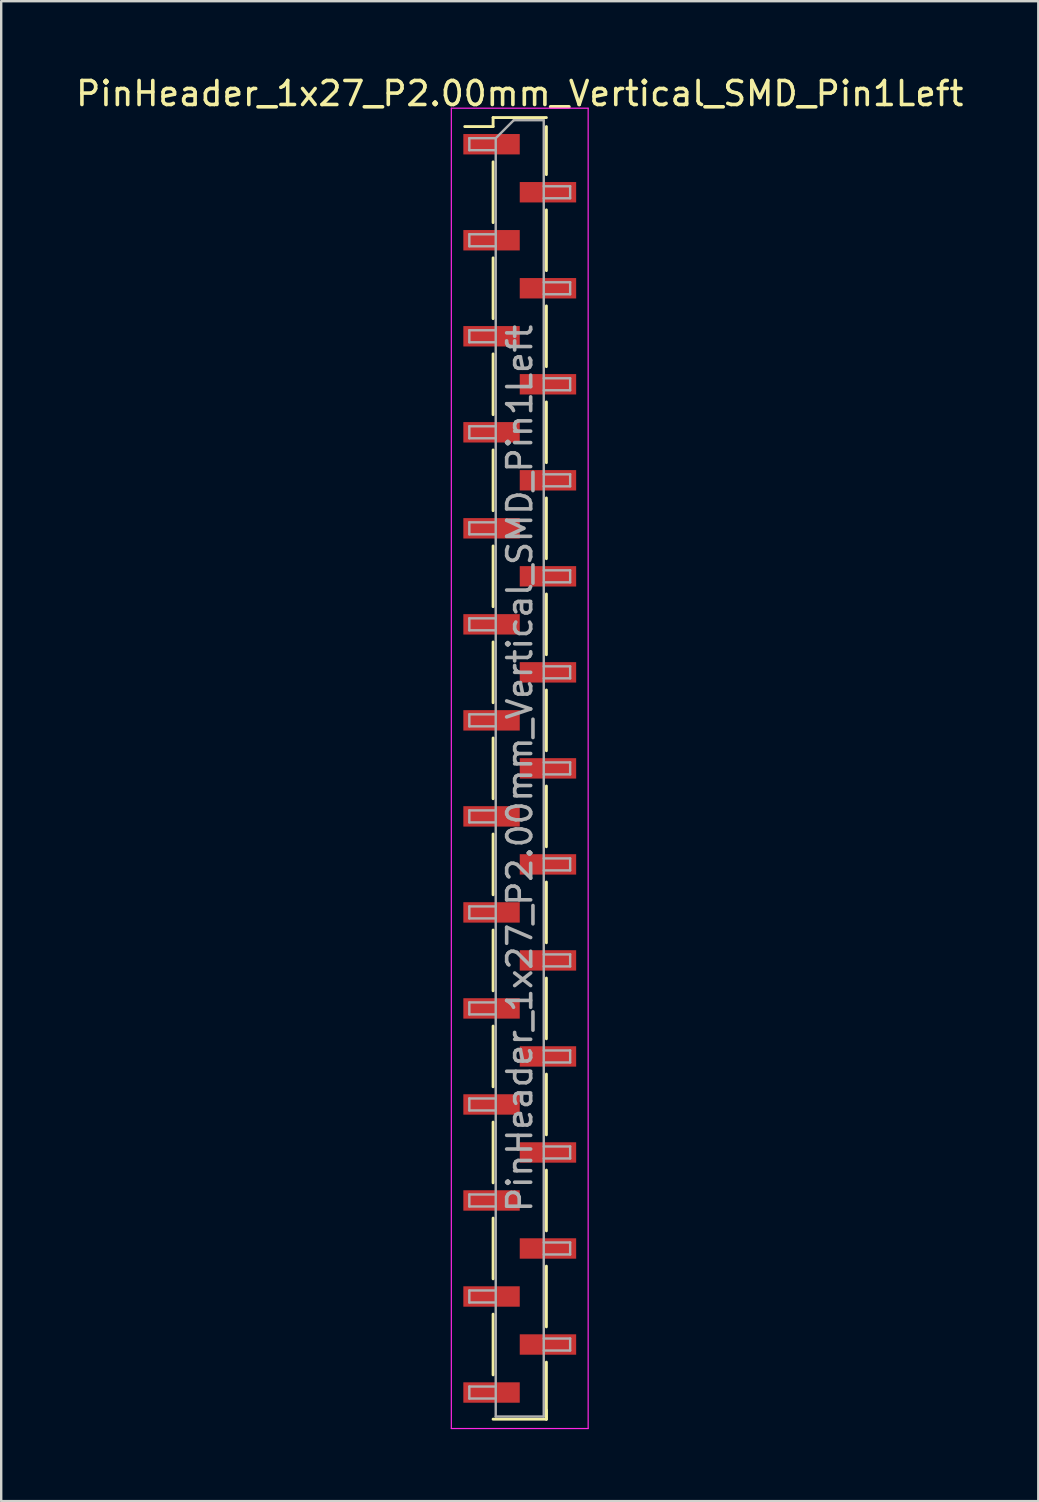
<source format=kicad_pcb>
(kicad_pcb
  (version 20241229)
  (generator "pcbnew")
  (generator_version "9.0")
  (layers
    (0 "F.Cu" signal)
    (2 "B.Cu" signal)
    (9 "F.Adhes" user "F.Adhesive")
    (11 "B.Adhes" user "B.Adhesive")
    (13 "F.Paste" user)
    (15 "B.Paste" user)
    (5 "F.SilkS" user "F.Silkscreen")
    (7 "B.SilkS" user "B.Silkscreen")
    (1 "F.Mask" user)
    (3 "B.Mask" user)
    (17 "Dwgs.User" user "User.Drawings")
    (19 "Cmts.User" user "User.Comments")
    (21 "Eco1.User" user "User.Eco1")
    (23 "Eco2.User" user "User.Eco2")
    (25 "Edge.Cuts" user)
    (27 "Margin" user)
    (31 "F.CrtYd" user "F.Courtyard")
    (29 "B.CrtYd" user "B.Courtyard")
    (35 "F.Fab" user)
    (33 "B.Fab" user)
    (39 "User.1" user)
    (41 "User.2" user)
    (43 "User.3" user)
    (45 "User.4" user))
  (footprint "PinHeader_1x27_P2.00mm_Vertical_SMD_Pin1Left"
    (layer "F.Cu")
    (at 18.601 28.958)
    (property "Reference" "PinHeader_1x27_P2.00mm_Vertical_SMD_Pin1Left" (at 0 -28.11 0) (layer "F.SilkS") (effects (font (size 1 1) (thickness 0.15))))
    (attr smd)
    (fp_line (start -1.11 -27.11) (end -1.11 -26.735) (stroke (width 0.12) (type solid)) (layer "F.SilkS"))
    (fp_line (start -1.11 -27.11) (end 1.11 -27.11) (stroke (width 0.12) (type solid)) (layer "F.SilkS"))
    (fp_line (start -1.11 -26.735) (end -2.29 -26.735) (stroke (width 0.12) (type solid)) (layer "F.SilkS"))
    (fp_line (start -1.11 -25.265) (end -1.11 -22.735) (stroke (width 0.12) (type solid)) (layer "F.SilkS"))
    (fp_line (start -1.11 -21.265) (end -1.11 -18.735) (stroke (width 0.12) (type solid)) (layer "F.SilkS"))
    (fp_line (start -1.11 -17.265) (end -1.11 -14.735) (stroke (width 0.12) (type solid)) (layer "F.SilkS"))
    (fp_line (start -1.11 -13.265) (end -1.11 -10.735) (stroke (width 0.12) (type solid)) (layer "F.SilkS"))
    (fp_line (start -1.11 -9.265) (end -1.11 -6.735) (stroke (width 0.12) (type solid)) (layer "F.SilkS"))
    (fp_line (start -1.11 -5.265) (end -1.11 -2.735) (stroke (width 0.12) (type solid)) (layer "F.SilkS"))
    (fp_line (start -1.11 -1.265) (end -1.11 1.265) (stroke (width 0.12) (type solid)) (layer "F.SilkS"))
    (fp_line (start -1.11 2.735) (end -1.11 5.265) (stroke (width 0.12) (type solid)) (layer "F.SilkS"))
    (fp_line (start -1.11 6.735) (end -1.11 9.265) (stroke (width 0.12) (type solid)) (layer "F.SilkS"))
    (fp_line (start -1.11 10.735) (end -1.11 13.265) (stroke (width 0.12) (type solid)) (layer "F.SilkS"))
    (fp_line (start -1.11 14.735) (end -1.11 17.265) (stroke (width 0.12) (type solid)) (layer "F.SilkS"))
    (fp_line (start -1.11 18.735) (end -1.11 21.265) (stroke (width 0.12) (type solid)) (layer "F.SilkS"))
    (fp_line (start -1.11 22.735) (end -1.11 25.265) (stroke (width 0.12) (type solid)) (layer "F.SilkS"))
    (fp_line (start -1.11 27.11) (end 1.11 27.11) (stroke (width 0.12) (type solid)) (layer "F.SilkS"))
    (fp_line (start 1.11 -26.735) (end 1.11 -24.735) (stroke (width 0.12) (type solid)) (layer "F.SilkS"))
    (fp_line (start 1.11 -23.265) (end 1.11 -20.735) (stroke (width 0.12) (type solid)) (layer "F.SilkS"))
    (fp_line (start 1.11 -19.265) (end 1.11 -16.735) (stroke (width 0.12) (type solid)) (layer "F.SilkS"))
    (fp_line (start 1.11 -15.265) (end 1.11 -12.735) (stroke (width 0.12) (type solid)) (layer "F.SilkS"))
    (fp_line (start 1.11 -11.265) (end 1.11 -8.735) (stroke (width 0.12) (type solid)) (layer "F.SilkS"))
    (fp_line (start 1.11 -7.265) (end 1.11 -4.735) (stroke (width 0.12) (type solid)) (layer "F.SilkS"))
    (fp_line (start 1.11 -3.265) (end 1.11 -0.735) (stroke (width 0.12) (type solid)) (layer "F.SilkS"))
    (fp_line (start 1.11 0.735) (end 1.11 3.265) (stroke (width 0.12) (type solid)) (layer "F.SilkS"))
    (fp_line (start 1.11 4.735) (end 1.11 7.265) (stroke (width 0.12) (type solid)) (layer "F.SilkS"))
    (fp_line (start 1.11 8.735) (end 1.11 11.265) (stroke (width 0.12) (type solid)) (layer "F.SilkS"))
    (fp_line (start 1.11 12.735) (end 1.11 15.265) (stroke (width 0.12) (type solid)) (layer "F.SilkS"))
    (fp_line (start 1.11 16.735) (end 1.11 19.265) (stroke (width 0.12) (type solid)) (layer "F.SilkS"))
    (fp_line (start 1.11 20.735) (end 1.11 23.265) (stroke (width 0.12) (type solid)) (layer "F.SilkS"))
    (fp_line (start 1.11 24.735) (end 1.11 27.11) (stroke (width 0.12) (type solid)) (layer "F.SilkS"))
    (fp_line (start 1.11 26.735) (end 1.11 27.11) (stroke (width 0.12) (type solid)) (layer "F.SilkS"))
    (fp_line (start -2.85 -27.5) (end -2.85 27.5) (stroke (width 0.05) (type solid)) (layer "F.CrtYd"))
    (fp_line (start -2.85 27.5) (end 2.85 27.5) (stroke (width 0.05) (type solid)) (layer "F.CrtYd"))
    (fp_line (start 2.85 -27.5) (end -2.85 -27.5) (stroke (width 0.05) (type solid)) (layer "F.CrtYd"))
    (fp_line (start 2.85 27.5) (end 2.85 -27.5) (stroke (width 0.05) (type solid)) (layer "F.CrtYd"))
    (fp_line (start -2.1 -26.25) (end -2.1 -25.75) (stroke (width 0.1) (type solid)) (layer "F.Fab"))
    (fp_line (start -2.1 -25.75) (end -1 -25.75) (stroke (width 0.1) (type solid)) (layer "F.Fab"))
    (fp_line (start -2.1 -22.25) (end -2.1 -21.75) (stroke (width 0.1) (type solid)) (layer "F.Fab"))
    (fp_line (start -2.1 -21.75) (end -1 -21.75) (stroke (width 0.1) (type solid)) (layer "F.Fab"))
    (fp_line (start -2.1 -18.25) (end -2.1 -17.75) (stroke (width 0.1) (type solid)) (layer "F.Fab"))
    (fp_line (start -2.1 -17.75) (end -1 -17.75) (stroke (width 0.1) (type solid)) (layer "F.Fab"))
    (fp_line (start -2.1 -14.25) (end -2.1 -13.75) (stroke (width 0.1) (type solid)) (layer "F.Fab"))
    (fp_line (start -2.1 -13.75) (end -1 -13.75) (stroke (width 0.1) (type solid)) (layer "F.Fab"))
    (fp_line (start -2.1 -10.25) (end -2.1 -9.75) (stroke (width 0.1) (type solid)) (layer "F.Fab"))
    (fp_line (start -2.1 -9.75) (end -1 -9.75) (stroke (width 0.1) (type solid)) (layer "F.Fab"))
    (fp_line (start -2.1 -6.25) (end -2.1 -5.75) (stroke (width 0.1) (type solid)) (layer "F.Fab"))
    (fp_line (start -2.1 -5.75) (end -1 -5.75) (stroke (width 0.1) (type solid)) (layer "F.Fab"))
    (fp_line (start -2.1 -2.25) (end -2.1 -1.75) (stroke (width 0.1) (type solid)) (layer "F.Fab"))
    (fp_line (start -2.1 -1.75) (end -1 -1.75) (stroke (width 0.1) (type solid)) (layer "F.Fab"))
    (fp_line (start -2.1 1.75) (end -2.1 2.25) (stroke (width 0.1) (type solid)) (layer "F.Fab"))
    (fp_line (start -2.1 2.25) (end -1 2.25) (stroke (width 0.1) (type solid)) (layer "F.Fab"))
    (fp_line (start -2.1 5.75) (end -2.1 6.25) (stroke (width 0.1) (type solid)) (layer "F.Fab"))
    (fp_line (start -2.1 6.25) (end -1 6.25) (stroke (width 0.1) (type solid)) (layer "F.Fab"))
    (fp_line (start -2.1 9.75) (end -2.1 10.25) (stroke (width 0.1) (type solid)) (layer "F.Fab"))
    (fp_line (start -2.1 10.25) (end -1 10.25) (stroke (width 0.1) (type solid)) (layer "F.Fab"))
    (fp_line (start -2.1 13.75) (end -2.1 14.25) (stroke (width 0.1) (type solid)) (layer "F.Fab"))
    (fp_line (start -2.1 14.25) (end -1 14.25) (stroke (width 0.1) (type solid)) (layer "F.Fab"))
    (fp_line (start -2.1 17.75) (end -2.1 18.25) (stroke (width 0.1) (type solid)) (layer "F.Fab"))
    (fp_line (start -2.1 18.25) (end -1 18.25) (stroke (width 0.1) (type solid)) (layer "F.Fab"))
    (fp_line (start -2.1 21.75) (end -2.1 22.25) (stroke (width 0.1) (type solid)) (layer "F.Fab"))
    (fp_line (start -2.1 22.25) (end -1 22.25) (stroke (width 0.1) (type solid)) (layer "F.Fab"))
    (fp_line (start -2.1 25.75) (end -2.1 26.25) (stroke (width 0.1) (type solid)) (layer "F.Fab"))
    (fp_line (start -2.1 26.25) (end -1 26.25) (stroke (width 0.1) (type solid)) (layer "F.Fab"))
    (fp_line (start -1 -26.25) (end -2.1 -26.25) (stroke (width 0.1) (type solid)) (layer "F.Fab"))
    (fp_line (start -1 -26.25) (end -0.25 -27) (stroke (width 0.1) (type solid)) (layer "F.Fab"))
    (fp_line (start -1 -22.25) (end -2.1 -22.25) (stroke (width 0.1) (type solid)) (layer "F.Fab"))
    (fp_line (start -1 -18.25) (end -2.1 -18.25) (stroke (width 0.1) (type solid)) (layer "F.Fab"))
    (fp_line (start -1 -14.25) (end -2.1 -14.25) (stroke (width 0.1) (type solid)) (layer "F.Fab"))
    (fp_line (start -1 -10.25) (end -2.1 -10.25) (stroke (width 0.1) (type solid)) (layer "F.Fab"))
    (fp_line (start -1 -6.25) (end -2.1 -6.25) (stroke (width 0.1) (type solid)) (layer "F.Fab"))
    (fp_line (start -1 -2.25) (end -2.1 -2.25) (stroke (width 0.1) (type solid)) (layer "F.Fab"))
    (fp_line (start -1 1.75) (end -2.1 1.75) (stroke (width 0.1) (type solid)) (layer "F.Fab"))
    (fp_line (start -1 5.75) (end -2.1 5.75) (stroke (width 0.1) (type solid)) (layer "F.Fab"))
    (fp_line (start -1 9.75) (end -2.1 9.75) (stroke (width 0.1) (type solid)) (layer "F.Fab"))
    (fp_line (start -1 13.75) (end -2.1 13.75) (stroke (width 0.1) (type solid)) (layer "F.Fab"))
    (fp_line (start -1 17.75) (end -2.1 17.75) (stroke (width 0.1) (type solid)) (layer "F.Fab"))
    (fp_line (start -1 21.75) (end -2.1 21.75) (stroke (width 0.1) (type solid)) (layer "F.Fab"))
    (fp_line (start -1 25.75) (end -2.1 25.75) (stroke (width 0.1) (type solid)) (layer "F.Fab"))
    (fp_line (start -1 27) (end -1 -26.25) (stroke (width 0.1) (type solid)) (layer "F.Fab"))
    (fp_line (start -0.25 -27) (end 1 -27) (stroke (width 0.1) (type solid)) (layer "F.Fab"))
    (fp_line (start 1 -27) (end 1 27) (stroke (width 0.1) (type solid)) (layer "F.Fab"))
    (fp_line (start 1 -24.25) (end 2.1 -24.25) (stroke (width 0.1) (type solid)) (layer "F.Fab"))
    (fp_line (start 1 -20.25) (end 2.1 -20.25) (stroke (width 0.1) (type solid)) (layer "F.Fab"))
    (fp_line (start 1 -16.25) (end 2.1 -16.25) (stroke (width 0.1) (type solid)) (layer "F.Fab"))
    (fp_line (start 1 -12.25) (end 2.1 -12.25) (stroke (width 0.1) (type solid)) (layer "F.Fab"))
    (fp_line (start 1 -8.25) (end 2.1 -8.25) (stroke (width 0.1) (type solid)) (layer "F.Fab"))
    (fp_line (start 1 -4.25) (end 2.1 -4.25) (stroke (width 0.1) (type solid)) (layer "F.Fab"))
    (fp_line (start 1 -0.25) (end 2.1 -0.25) (stroke (width 0.1) (type solid)) (layer "F.Fab"))
    (fp_line (start 1 3.75) (end 2.1 3.75) (stroke (width 0.1) (type solid)) (layer "F.Fab"))
    (fp_line (start 1 7.75) (end 2.1 7.75) (stroke (width 0.1) (type solid)) (layer "F.Fab"))
    (fp_line (start 1 11.75) (end 2.1 11.75) (stroke (width 0.1) (type solid)) (layer "F.Fab"))
    (fp_line (start 1 15.75) (end 2.1 15.75) (stroke (width 0.1) (type solid)) (layer "F.Fab"))
    (fp_line (start 1 19.75) (end 2.1 19.75) (stroke (width 0.1) (type solid)) (layer "F.Fab"))
    (fp_line (start 1 23.75) (end 2.1 23.75) (stroke (width 0.1) (type solid)) (layer "F.Fab"))
    (fp_line (start 1 27) (end -1 27) (stroke (width 0.1) (type solid)) (layer "F.Fab"))
    (fp_line (start 2.1 -24.25) (end 2.1 -23.75) (stroke (width 0.1) (type solid)) (layer "F.Fab"))
    (fp_line (start 2.1 -23.75) (end 1 -23.75) (stroke (width 0.1) (type solid)) (layer "F.Fab"))
    (fp_line (start 2.1 -20.25) (end 2.1 -19.75) (stroke (width 0.1) (type solid)) (layer "F.Fab"))
    (fp_line (start 2.1 -19.75) (end 1 -19.75) (stroke (width 0.1) (type solid)) (layer "F.Fab"))
    (fp_line (start 2.1 -16.25) (end 2.1 -15.75) (stroke (width 0.1) (type solid)) (layer "F.Fab"))
    (fp_line (start 2.1 -15.75) (end 1 -15.75) (stroke (width 0.1) (type solid)) (layer "F.Fab"))
    (fp_line (start 2.1 -12.25) (end 2.1 -11.75) (stroke (width 0.1) (type solid)) (layer "F.Fab"))
    (fp_line (start 2.1 -11.75) (end 1 -11.75) (stroke (width 0.1) (type solid)) (layer "F.Fab"))
    (fp_line (start 2.1 -8.25) (end 2.1 -7.75) (stroke (width 0.1) (type solid)) (layer "F.Fab"))
    (fp_line (start 2.1 -7.75) (end 1 -7.75) (stroke (width 0.1) (type solid)) (layer "F.Fab"))
    (fp_line (start 2.1 -4.25) (end 2.1 -3.75) (stroke (width 0.1) (type solid)) (layer "F.Fab"))
    (fp_line (start 2.1 -3.75) (end 1 -3.75) (stroke (width 0.1) (type solid)) (layer "F.Fab"))
    (fp_line (start 2.1 -0.25) (end 2.1 0.25) (stroke (width 0.1) (type solid)) (layer "F.Fab"))
    (fp_line (start 2.1 0.25) (end 1 0.25) (stroke (width 0.1) (type solid)) (layer "F.Fab"))
    (fp_line (start 2.1 3.75) (end 2.1 4.25) (stroke (width 0.1) (type solid)) (layer "F.Fab"))
    (fp_line (start 2.1 4.25) (end 1 4.25) (stroke (width 0.1) (type solid)) (layer "F.Fab"))
    (fp_line (start 2.1 7.75) (end 2.1 8.25) (stroke (width 0.1) (type solid)) (layer "F.Fab"))
    (fp_line (start 2.1 8.25) (end 1 8.25) (stroke (width 0.1) (type solid)) (layer "F.Fab"))
    (fp_line (start 2.1 11.75) (end 2.1 12.25) (stroke (width 0.1) (type solid)) (layer "F.Fab"))
    (fp_line (start 2.1 12.25) (end 1 12.25) (stroke (width 0.1) (type solid)) (layer "F.Fab"))
    (fp_line (start 2.1 15.75) (end 2.1 16.25) (stroke (width 0.1) (type solid)) (layer "F.Fab"))
    (fp_line (start 2.1 16.25) (end 1 16.25) (stroke (width 0.1) (type solid)) (layer "F.Fab"))
    (fp_line (start 2.1 19.75) (end 2.1 20.25) (stroke (width 0.1) (type solid)) (layer "F.Fab"))
    (fp_line (start 2.1 20.25) (end 1 20.25) (stroke (width 0.1) (type solid)) (layer "F.Fab"))
    (fp_line (start 2.1 23.75) (end 2.1 24.25) (stroke (width 0.1) (type solid)) (layer "F.Fab"))
    (fp_line (start 2.1 24.25) (end 1 24.25) (stroke (width 0.1) (type solid)) (layer "F.Fab"))
    (fp_text user "${REFERENCE}" (at 0 0 90) (layer "F.Fab") (effects (font (size 1 1) (thickness 0.15))))
    (pad "1" smd rect (at -1.175 -26) (size 2.35 0.85) (layers "F.Cu" "F.Mask" "F.Paste"))
    (pad "2" smd rect (at 1.175 -24) (size 2.35 0.85) (layers "F.Cu" "F.Mask" "F.Paste"))
    (pad "3" smd rect (at -1.175 -22) (size 2.35 0.85) (layers "F.Cu" "F.Mask" "F.Paste"))
    (pad "4" smd rect (at 1.175 -20) (size 2.35 0.85) (layers "F.Cu" "F.Mask" "F.Paste"))
    (pad "5" smd rect (at -1.175 -18) (size 2.35 0.85) (layers "F.Cu" "F.Mask" "F.Paste"))
    (pad "6" smd rect (at 1.175 -16) (size 2.35 0.85) (layers "F.Cu" "F.Mask" "F.Paste"))
    (pad "7" smd rect (at -1.175 -14) (size 2.35 0.85) (layers "F.Cu" "F.Mask" "F.Paste"))
    (pad "8" smd rect (at 1.175 -12) (size 2.35 0.85) (layers "F.Cu" "F.Mask" "F.Paste"))
    (pad "9" smd rect (at -1.175 -10) (size 2.35 0.85) (layers "F.Cu" "F.Mask" "F.Paste"))
    (pad "10" smd rect (at 1.175 -8) (size 2.35 0.85) (layers "F.Cu" "F.Mask" "F.Paste"))
    (pad "11" smd rect (at -1.175 -6) (size 2.35 0.85) (layers "F.Cu" "F.Mask" "F.Paste"))
    (pad "12" smd rect (at 1.175 -4) (size 2.35 0.85) (layers "F.Cu" "F.Mask" "F.Paste"))
    (pad "13" smd rect (at -1.175 -2) (size 2.35 0.85) (layers "F.Cu" "F.Mask" "F.Paste"))
    (pad "14" smd rect (at 1.175 0) (size 2.35 0.85) (layers "F.Cu" "F.Mask" "F.Paste"))
    (pad "15" smd rect (at -1.175 2) (size 2.35 0.85) (layers "F.Cu" "F.Mask" "F.Paste"))
    (pad "16" smd rect (at 1.175 4) (size 2.35 0.85) (layers "F.Cu" "F.Mask" "F.Paste"))
    (pad "17" smd rect (at -1.175 6) (size 2.35 0.85) (layers "F.Cu" "F.Mask" "F.Paste"))
    (pad "18" smd rect (at 1.175 8) (size 2.35 0.85) (layers "F.Cu" "F.Mask" "F.Paste"))
    (pad "19" smd rect (at -1.175 10) (size 2.35 0.85) (layers "F.Cu" "F.Mask" "F.Paste"))
    (pad "20" smd rect (at 1.175 12) (size 2.35 0.85) (layers "F.Cu" "F.Mask" "F.Paste"))
    (pad "21" smd rect (at -1.175 14) (size 2.35 0.85) (layers "F.Cu" "F.Mask" "F.Paste"))
    (pad "22" smd rect (at 1.175 16) (size 2.35 0.85) (layers "F.Cu" "F.Mask" "F.Paste"))
    (pad "23" smd rect (at -1.175 18) (size 2.35 0.85) (layers "F.Cu" "F.Mask" "F.Paste"))
    (pad "24" smd rect (at 1.175 20) (size 2.35 0.85) (layers "F.Cu" "F.Mask" "F.Paste"))
    (pad "25" smd rect (at -1.175 22) (size 2.35 0.85) (layers "F.Cu" "F.Mask" "F.Paste"))
    (pad "26" smd rect (at 1.175 24) (size 2.35 0.85) (layers "F.Cu" "F.Mask" "F.Paste"))
    (pad "27" smd rect (at -1.175 26) (size 2.35 0.85) (layers "F.Cu" "F.Mask" "F.Paste")))
  (gr_rect
    (start -3 -3)
    (end 40.202 59.483)
    (stroke (width 0.1) (type default))
    (fill no)
    (layer "Edge.Cuts")))
</source>
